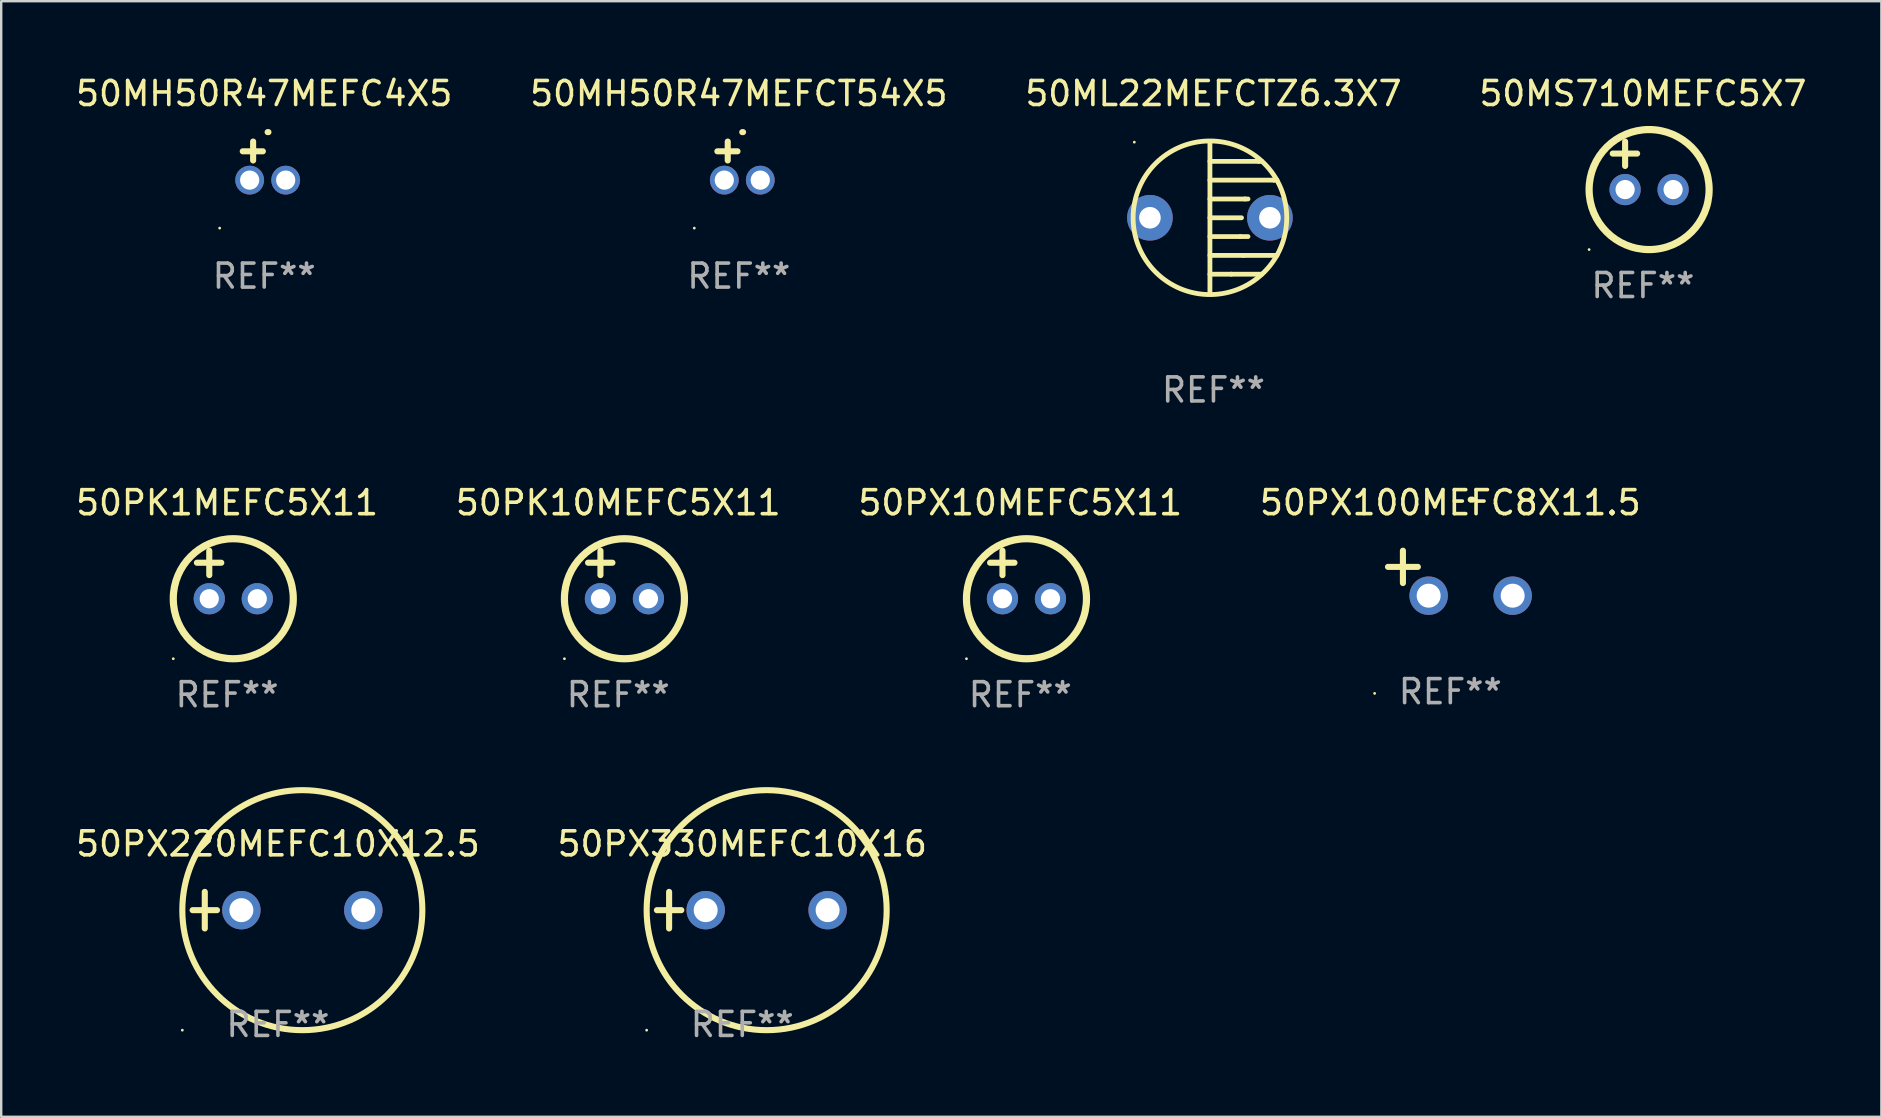
<source format=kicad_pcb>
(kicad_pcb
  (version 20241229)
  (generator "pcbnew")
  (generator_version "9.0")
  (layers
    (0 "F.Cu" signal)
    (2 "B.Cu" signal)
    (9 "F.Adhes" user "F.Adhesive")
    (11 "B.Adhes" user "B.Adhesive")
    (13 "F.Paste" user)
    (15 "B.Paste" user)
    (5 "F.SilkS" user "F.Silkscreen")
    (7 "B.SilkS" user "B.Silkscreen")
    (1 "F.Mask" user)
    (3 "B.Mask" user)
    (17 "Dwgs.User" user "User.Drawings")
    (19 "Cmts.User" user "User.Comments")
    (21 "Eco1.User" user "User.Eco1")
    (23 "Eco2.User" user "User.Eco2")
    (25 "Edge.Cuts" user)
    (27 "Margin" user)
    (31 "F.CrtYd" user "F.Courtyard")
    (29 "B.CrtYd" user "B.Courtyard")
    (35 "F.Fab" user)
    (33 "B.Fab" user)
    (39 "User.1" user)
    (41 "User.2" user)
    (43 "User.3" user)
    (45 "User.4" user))
  (footprint "50PX10MEFC5X11"
    (layer "F.Cu")
    (at 39.458 20.895)
    (property "Reference" "50PX10MEFC5X11" (at 0 -3 0) (layer "F.SilkS") (effects (font (size 1 1) (thickness 0.15))))
    (attr through_hole)
    (fp_line (start -1.258 -0.5) (end -0.242 -0.5) (stroke (width 0.254) (type solid)) (layer "F.SilkS"))
    (fp_line (start -0.742 -1) (end -0.742 0.016) (stroke (width 0.254) (type solid)) (layer "F.SilkS"))
    (fp_circle (center -2.242 3.5) (end -2.212 3.5) (stroke (width 0.06) (type solid)) (fill no) (layer "F.SilkS"))
    (fp_circle (center 0.258 1) (end 2.758 1) (stroke (width 0.3) (type solid)) (fill no) (layer "F.SilkS"))
    (fp_text user "REF**" (at 0 5 0) (layer "F.Fab") (effects (font (size 1 1) (thickness 0.15))))
    (pad "1" thru_hole circle (at -0.742 1) (size 1.3 1.3) (drill 0.8) (layers "*.Cu" "*.Mask"))
    (pad "2" thru_hole circle (at 1.258 1) (size 1.3 1.3) (drill 0.8) (layers "*.Cu" "*.Mask")))
  (footprint "50PX220MEFC10X12.5"
    (layer "F.Cu")
    (at 8.53 34.87)
    (property "Reference" "50PX220MEFC10X12.5" (at 0 -2.762 0) (layer "F.SilkS") (effects (font (size 1 1) (thickness 0.15))))
    (attr through_hole)
    (fp_line (start -3.556 0) (end -2.54 0) (stroke (width 0.254) (type solid)) (layer "F.SilkS"))
    (fp_line (start -3.048 -0.762) (end -3.048 0.762) (stroke (width 0.254) (type solid)) (layer "F.SilkS"))
    (fp_circle (center -3.984 5) (end -3.954 5) (stroke (width 0.06) (type solid)) (fill no) (layer "F.SilkS"))
    (fp_circle (center 1.016 0) (end 6.016 0) (stroke (width 0.254) (type solid)) (fill no) (layer "F.SilkS"))
    (fp_text user "REF**" (at 0 4.762 0) (layer "F.Fab") (effects (font (size 1 1) (thickness 0.15))))
    (pad "1" thru_hole circle (at -1.524 0) (size 1.6 1.6) (drill 1) (layers "*.Cu" "*.Mask"))
    (pad "2" thru_hole circle (at 3.556 0) (size 1.6 1.6) (drill 1) (layers "*.Cu" "*.Mask")))
  (footprint "50PX100MEFC8X11.5"
    (layer "F.Cu")
    (at 57.375 20.831)
    (property "Reference" "50PX100MEFC8X11.5" (at 0 -2.937 0) (layer "F.SilkS") (effects (font (size 1 1) (thickness 0.15))))
    (attr through_hole)
    (fp_line (start -1.975 0.41) (end -1.975 -0.937) (stroke (width 0.254) (type solid)) (layer "F.SilkS"))
    (fp_line (start -1.353 -0.263) (end -2.597 -0.263) (stroke (width 0.254) (type solid)) (layer "F.SilkS"))
    (fp_arc (start 0.849809 -3.063957) (mid 0.885369 -3.064114) (end 0.920929 -3.063957) (stroke (width 0.254001) (type solid)) (layer "F.SilkS"))
    (fp_circle (center -3.154 5.008) (end -3.124 5.008) (stroke (width 0.06) (type solid)) (fill no) (layer "F.SilkS"))
    (fp_text user "REF**" (at 0 4.937 0) (layer "F.Fab") (effects (font (size 1 1) (thickness 0.15))))
    (pad "1" thru_hole circle (at -0.903 0.937) (size 1.6 1.6) (drill 1) (layers "*.Cu" "*.Mask"))
    (pad "2" thru_hole circle (at 2.597 0.937) (size 1.6 1.6) (drill 1) (layers "*.Cu" "*.Mask")))
  (footprint "50PK10MEFC5X11"
    (layer "F.Cu")
    (at 22.708 20.895)
    (property "Reference" "50PK10MEFC5X11" (at 0 -3 0) (layer "F.SilkS") (effects (font (size 1 1) (thickness 0.15))))
    (attr through_hole)
    (fp_line (start -1.258 -0.5) (end -0.242 -0.5) (stroke (width 0.254) (type solid)) (layer "F.SilkS"))
    (fp_line (start -0.742 -1) (end -0.742 0.016) (stroke (width 0.254) (type solid)) (layer "F.SilkS"))
    (fp_circle (center -2.242 3.5) (end -2.212 3.5) (stroke (width 0.06) (type solid)) (fill no) (layer "F.SilkS"))
    (fp_circle (center 0.258 1) (end 2.758 1) (stroke (width 0.3) (type solid)) (fill no) (layer "F.SilkS"))
    (fp_text user "REF**" (at 0 5 0) (layer "F.Fab") (effects (font (size 1 1) (thickness 0.15))))
    (pad "1" thru_hole circle (at -0.742 1) (size 1.3 1.3) (drill 0.8) (layers "*.Cu" "*.Mask"))
    (pad "2" thru_hole circle (at 1.258 1) (size 1.3 1.3) (drill 0.8) (layers "*.Cu" "*.Mask")))
  (footprint "50MH50R47MEFC4X5"
    (layer "F.Cu")
    (at 7.958 3.651)
    (property "Reference" "50MH50R47MEFC4X5" (at 0 -2.803 0) (layer "F.SilkS") (effects (font (size 1 1) (thickness 0.15))))
    (attr through_hole)
    (fp_line (start -0.462 -0.016) (end -0.462 -0.803) (stroke (width 0.254) (type solid)) (layer "F.SilkS"))
    (fp_line (start -0.056 -0.397) (end -0.894 -0.397) (stroke (width 0.254) (type solid)) (layer "F.SilkS"))
    (fp_arc (start 0.142799 -1.195784) (mid 0.159309 -1.195852) (end 0.175819 -1.195784) (stroke (width 0.254001) (type solid)) (layer "F.SilkS"))
    (fp_circle (center -1.856 2.803) (end -1.826 2.803) (stroke (width 0.06) (type solid)) (fill no) (layer "F.SilkS"))
    (fp_text user "REF**" (at 0 4.803 0) (layer "F.Fab") (effects (font (size 1 1) (thickness 0.15))))
    (pad "1" thru_hole circle (at -0.606 0.803) (size 1.2 1.2) (drill 0.8) (layers "*.Cu" "*.Mask"))
    (pad "2" thru_hole circle (at 0.894 0.803) (size 1.2 1.2) (drill 0.8) (layers "*.Cu" "*.Mask")))
  (footprint "50MH50R47MEFCT54X5"
    (layer "F.Cu")
    (at 27.732 3.651)
    (property "Reference" "50MH50R47MEFCT54X5" (at 0 -2.803 0) (layer "F.SilkS") (effects (font (size 1 1) (thickness 0.15))))
    (attr through_hole)
    (fp_line (start -0.462 -0.016) (end -0.462 -0.803) (stroke (width 0.254) (type solid)) (layer "F.SilkS"))
    (fp_line (start -0.056 -0.397) (end -0.894 -0.397) (stroke (width 0.254) (type solid)) (layer "F.SilkS"))
    (fp_arc (start 0.142799 -1.195784) (mid 0.159309 -1.195852) (end 0.175819 -1.195784) (stroke (width 0.254001) (type solid)) (layer "F.SilkS"))
    (fp_circle (center -1.856 2.803) (end -1.826 2.803) (stroke (width 0.06) (type solid)) (fill no) (layer "F.SilkS"))
    (fp_text user "REF**" (at 0 4.803 0) (layer "F.Fab") (effects (font (size 1 1) (thickness 0.15))))
    (pad "1" thru_hole circle (at -0.606 0.803) (size 1.2 1.2) (drill 0.8) (layers "*.Cu" "*.Mask"))
    (pad "2" thru_hole circle (at 0.894 0.803) (size 1.2 1.2) (drill 0.8) (layers "*.Cu" "*.Mask")))
  (footprint "50ML22MEFCTZ6.3X7"
    (layer "F.Cu")
    (at 47.506 6.023)
    (property "Reference" "50ML22MEFCTZ6.3X7" (at 0 -5.175 0) (layer "F.SilkS") (effects (font (size 1 1) (thickness 0.15))))
    (attr through_hole)
    (fp_line (start -0.147 -3.175) (end -0.147 3.175) (stroke (width 0.2) (type solid)) (layer "F.SilkS"))
    (fp_line (start -0.147 -2.35) (end 1.885 -2.35) (stroke (width 0.2) (type solid)) (layer "F.SilkS"))
    (fp_line (start -0.147 -1.567) (end 2.52 -1.567) (stroke (width 0.2) (type solid)) (layer "F.SilkS"))
    (fp_line (start -0.147 -0.783) (end 1.305 -0.783) (stroke (width 0.2) (type solid)) (layer "F.SilkS"))
    (fp_line (start -0.147 0.000025) (end 1.169 0.000025) (stroke (width 0.2) (type solid)) (layer "F.SilkS"))
    (fp_line (start -0.147 0.783) (end 1.123 0.783) (stroke (width 0.2) (type solid)) (layer "F.SilkS"))
    (fp_line (start -0.147 1.567) (end 1.25 1.567) (stroke (width 0.2) (type solid)) (layer "F.SilkS"))
    (fp_line (start -0.147 2.35) (end 0.742 2.35) (stroke (width 0.2) (type solid)) (layer "F.SilkS"))
    (fp_line (start 0.742 2.35) (end 2.012 2.35) (stroke (width 0.2) (type solid)) (layer "F.SilkS"))
    (fp_line (start 1.123 0.783) (end 1.439 0.783) (stroke (width 0.2) (type solid)) (layer "F.SilkS"))
    (fp_line (start 1.25 1.567) (end 2.647 1.567) (stroke (width 0.2) (type solid)) (layer "F.SilkS"))
    (fp_line (start 1.305 -0.783) (end 1.439 -0.783) (stroke (width 0.2) (type solid)) (layer "F.SilkS"))
    (fp_line (start 1.885 -2.35) (end 2.012 -2.35) (stroke (width 0.2) (type solid)) (layer "F.SilkS"))
    (fp_line (start 2.52 -1.567) (end 2.647 -1.567) (stroke (width 0.2) (type solid)) (layer "F.SilkS"))
    (fp_circle (center -3.297 -3.15) (end -3.267 -3.15) (stroke (width 0.06) (type solid)) (fill no) (layer "F.SilkS"))
    (fp_circle (center -0.147 0) (end 3.053 0) (stroke (width 0.2) (type solid)) (fill no) (layer "F.SilkS"))
    (fp_text user "REF**" (at 0 7.175 0) (layer "F.Fab") (effects (font (size 1 1) (thickness 0.15))))
    (pad "1" thru_hole circle (at -2.647 0) (size 1.9 1.9) (drill 0.9) (layers "*.Cu" "*.Mask"))
    (pad "2" thru_hole circle (at 2.353 0) (size 1.9 1.9) (drill 0.9) (layers "*.Cu" "*.Mask")))
  (footprint "50PK1MEFC5X11"
    (layer "F.Cu")
    (at 6.411 20.895)
    (property "Reference" "50PK1MEFC5X11" (at 0 -3 0) (layer "F.SilkS") (effects (font (size 1 1) (thickness 0.15))))
    (attr through_hole)
    (fp_line (start -1.258 -0.5) (end -0.242 -0.5) (stroke (width 0.254) (type solid)) (layer "F.SilkS"))
    (fp_line (start -0.742 -1) (end -0.742 0.016) (stroke (width 0.254) (type solid)) (layer "F.SilkS"))
    (fp_circle (center -2.242 3.5) (end -2.212 3.5) (stroke (width 0.06) (type solid)) (fill no) (layer "F.SilkS"))
    (fp_circle (center 0.258 1) (end 2.758 1) (stroke (width 0.3) (type solid)) (fill no) (layer "F.SilkS"))
    (fp_text user "REF**" (at 0 5 0) (layer "F.Fab") (effects (font (size 1 1) (thickness 0.15))))
    (pad "1" thru_hole circle (at -0.742 1) (size 1.3 1.3) (drill 0.8) (layers "*.Cu" "*.Mask"))
    (pad "2" thru_hole circle (at 1.258 1) (size 1.3 1.3) (drill 0.8) (layers "*.Cu" "*.Mask")))
  (footprint "50MS710MEFC5X7"
    (layer "F.Cu")
    (at 65.399 3.848)
    (property "Reference" "50MS710MEFC5X7" (at 0 -3 0) (layer "F.SilkS") (effects (font (size 1 1) (thickness 0.15))))
    (attr through_hole)
    (fp_line (start -1.258 -0.5) (end -0.242 -0.5) (stroke (width 0.254) (type solid)) (layer "F.SilkS"))
    (fp_line (start -0.742 -1) (end -0.742 0.016) (stroke (width 0.254) (type solid)) (layer "F.SilkS"))
    (fp_circle (center -2.242 3.5) (end -2.212 3.5) (stroke (width 0.06) (type solid)) (fill no) (layer "F.SilkS"))
    (fp_circle (center 0.258 1) (end 2.758 1) (stroke (width 0.3) (type solid)) (fill no) (layer "F.SilkS"))
    (fp_text user "REF**" (at 0 5 0) (layer "F.Fab") (effects (font (size 1 1) (thickness 0.15))))
    (pad "1" thru_hole circle (at -0.742 1) (size 1.3 1.3) (drill 0.8) (layers "*.Cu" "*.Mask"))
    (pad "2" thru_hole circle (at 1.258 1) (size 1.3 1.3) (drill 0.8) (layers "*.Cu" "*.Mask")))
  (footprint "50PX330MEFC10X16"
    (layer "F.Cu")
    (at 27.875 34.87)
    (property "Reference" "50PX330MEFC10X16" (at 0 -2.762 0) (layer "F.SilkS") (effects (font (size 1 1) (thickness 0.15))))
    (attr through_hole)
    (fp_line (start -3.556 0) (end -2.54 0) (stroke (width 0.254) (type solid)) (layer "F.SilkS"))
    (fp_line (start -3.048 -0.762) (end -3.048 0.762) (stroke (width 0.254) (type solid)) (layer "F.SilkS"))
    (fp_circle (center -3.984 5) (end -3.954 5) (stroke (width 0.06) (type solid)) (fill no) (layer "F.SilkS"))
    (fp_circle (center 1.016 0) (end 6.016 0) (stroke (width 0.254) (type solid)) (fill no) (layer "F.SilkS"))
    (fp_text user "REF**" (at 0 4.762 0) (layer "F.Fab") (effects (font (size 1 1) (thickness 0.15))))
    (pad "1" thru_hole circle (at -1.524 0) (size 1.6 1.6) (drill 1) (layers "*.Cu" "*.Mask"))
    (pad "2" thru_hole circle (at 3.556 0) (size 1.6 1.6) (drill 1) (layers "*.Cu" "*.Mask")))
  (gr_rect
    (start -3 -3)
    (end 75.333 43.48)
    (stroke (width 0.1) (type default))
    (fill no)
    (layer "Edge.Cuts")))
</source>
